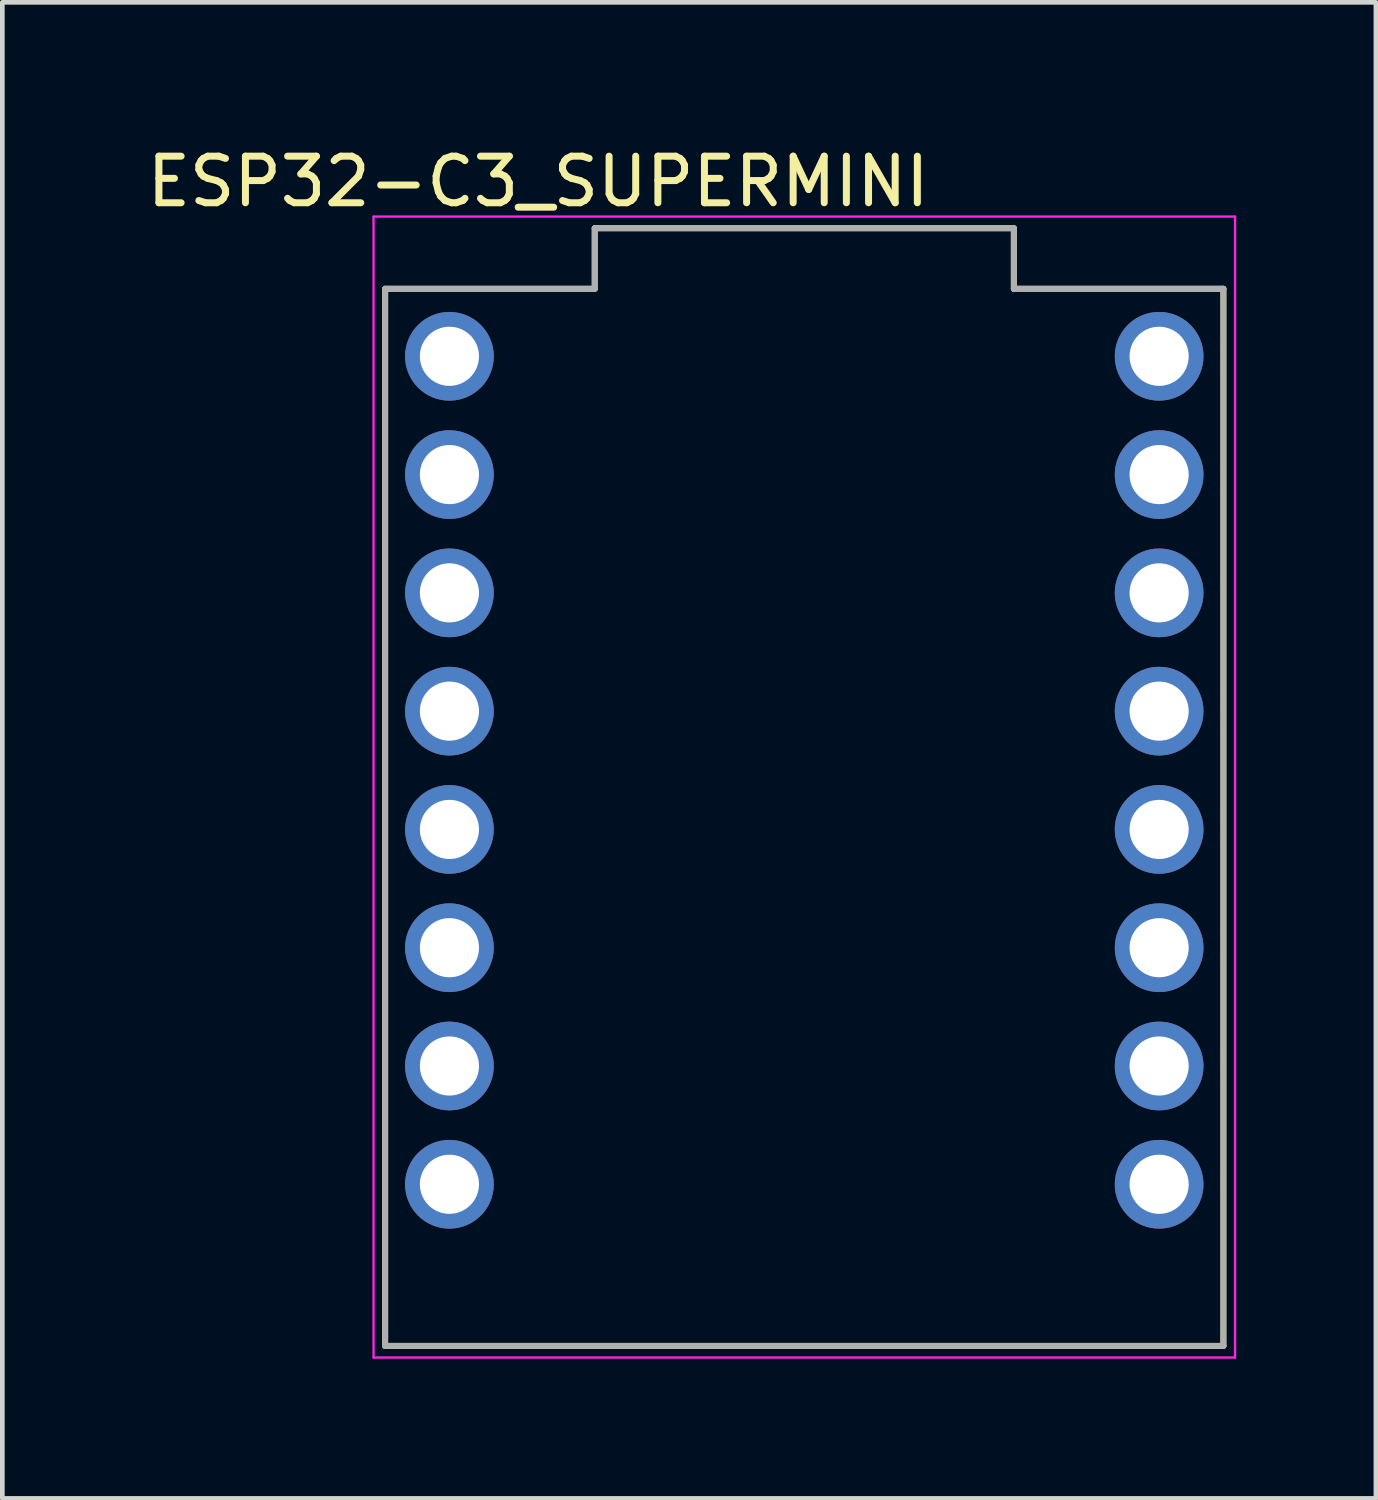
<source format=kicad_pcb>
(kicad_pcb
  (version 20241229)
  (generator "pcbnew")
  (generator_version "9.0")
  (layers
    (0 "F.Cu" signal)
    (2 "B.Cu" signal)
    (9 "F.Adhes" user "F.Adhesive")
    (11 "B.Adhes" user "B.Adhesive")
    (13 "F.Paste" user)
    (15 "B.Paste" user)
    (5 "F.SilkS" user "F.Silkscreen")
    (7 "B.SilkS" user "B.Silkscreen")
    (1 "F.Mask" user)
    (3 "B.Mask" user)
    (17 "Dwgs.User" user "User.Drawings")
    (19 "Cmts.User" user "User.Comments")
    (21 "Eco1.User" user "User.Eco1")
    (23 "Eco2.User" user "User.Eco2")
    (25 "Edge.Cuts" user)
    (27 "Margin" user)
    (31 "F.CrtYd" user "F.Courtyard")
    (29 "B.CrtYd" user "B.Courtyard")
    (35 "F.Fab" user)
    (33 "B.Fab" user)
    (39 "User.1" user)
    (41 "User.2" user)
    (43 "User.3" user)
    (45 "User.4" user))
  (footprint "ESP32-C3_SUPERMINI"
    (layer "F.Cu")
    (at 14.221 14.501)
    (property "Reference" "ESP32-C3_SUPERMINI" (at -5.715 -13.652 0) (layer "F.SilkS") (effects (font (size 1 1) (thickness 0.15))))
    (attr through_hole)
    (fp_line (start -9 11.35) (end -9 -11.35) (stroke (width 0.127) (type solid)) (layer "F.SilkS"))
    (fp_line (start -4.5 -12.65) (end -4.5 -11.35) (stroke (width 0.127) (type solid)) (layer "F.SilkS"))
    (fp_line (start -4.5 -11.35) (end -9 -11.35) (stroke (width 0.127) (type solid)) (layer "F.SilkS"))
    (fp_line (start 4.5 -12.65) (end -4.5 -12.65) (stroke (width 0.127) (type solid)) (layer "F.SilkS"))
    (fp_line (start 4.5 -12.65) (end 4.5 -11.35) (stroke (width 0.127) (type solid)) (layer "F.SilkS"))
    (fp_line (start 9 -11.35) (end 4.5 -11.35) (stroke (width 0.127) (type solid)) (layer "F.SilkS"))
    (fp_line (start 9 11.35) (end -9 11.35) (stroke (width 0.127) (type solid)) (layer "F.SilkS"))
    (fp_line (start 9 11.35) (end 9 -11.35) (stroke (width 0.127) (type solid)) (layer "F.SilkS"))
    (fp_line (start -9.25 -12.9) (end 9.25 -12.9) (stroke (width 0.05) (type solid)) (layer "F.CrtYd"))
    (fp_line (start -9.25 11.6) (end -9.25 -12.9) (stroke (width 0.05) (type solid)) (layer "F.CrtYd"))
    (fp_line (start 9.25 -12.9) (end 9.25 11.6) (stroke (width 0.05) (type solid)) (layer "F.CrtYd"))
    (fp_line (start 9.25 11.6) (end -9.25 11.6) (stroke (width 0.05) (type solid)) (layer "F.CrtYd"))
    (fp_line (start -9 11.35) (end -9 -11.35) (stroke (width 0.127) (type solid)) (layer "F.Fab"))
    (fp_line (start -4.5 -12.65) (end -4.5 -11.35) (stroke (width 0.127) (type solid)) (layer "F.Fab"))
    (fp_line (start -4.5 -11.35) (end -9 -11.35) (stroke (width 0.127) (type solid)) (layer "F.Fab"))
    (fp_line (start 4.5 -12.65) (end -4.5 -12.65) (stroke (width 0.127) (type solid)) (layer "F.Fab"))
    (fp_line (start 4.5 -12.65) (end 4.5 -11.35) (stroke (width 0.127) (type solid)) (layer "F.Fab"))
    (fp_line (start 9 -11.35) (end 4.5 -11.35) (stroke (width 0.127) (type solid)) (layer "F.Fab"))
    (fp_line (start 9 11.35) (end -9 11.35) (stroke (width 0.127) (type solid)) (layer "F.Fab"))
    (fp_line (start 9 11.35) (end 9 -11.35) (stroke (width 0.127) (type solid)) (layer "F.Fab"))
    (pad "1" thru_hole circle (at 7.62 -9.9) (size 1.905 1.905) (drill 1.27) (layers "*.Cu" "*.Mask"))
    (pad "2" thru_hole circle (at 7.62 -7.36) (size 1.905 1.905) (drill 1.27) (layers "*.Cu" "*.Mask"))
    (pad "3" thru_hole circle (at 7.62 -4.82) (size 1.905 1.905) (drill 1.27) (layers "*.Cu" "*.Mask"))
    (pad "4" thru_hole circle (at 7.62 -2.28) (size 1.905 1.905) (drill 1.27) (layers "*.Cu" "*.Mask"))
    (pad "5" thru_hole circle (at 7.62 0.26) (size 1.905 1.905) (drill 1.27) (layers "*.Cu" "*.Mask"))
    (pad "6" thru_hole circle (at 7.62 2.8) (size 1.905 1.905) (drill 1.27) (layers "*.Cu" "*.Mask"))
    (pad "7" thru_hole circle (at 7.62 5.34) (size 1.905 1.905) (drill 1.27) (layers "*.Cu" "*.Mask"))
    (pad "8" thru_hole circle (at 7.62 7.88) (size 1.905 1.905) (drill 1.27) (layers "*.Cu" "*.Mask"))
    (pad "9" thru_hole circle (at -7.62 7.88) (size 1.905 1.905) (drill 1.27) (layers "*.Cu" "*.Mask"))
    (pad "10" thru_hole circle (at -7.62 5.34) (size 1.905 1.905) (drill 1.27) (layers "*.Cu" "*.Mask"))
    (pad "11" thru_hole circle (at -7.62 2.8) (size 1.905 1.905) (drill 1.27) (layers "*.Cu" "*.Mask"))
    (pad "12" thru_hole circle (at -7.62 0.26) (size 1.905 1.905) (drill 1.27) (layers "*.Cu" "*.Mask"))
    (pad "13" thru_hole circle (at -7.62 -2.28) (size 1.905 1.905) (drill 1.27) (layers "*.Cu" "*.Mask"))
    (pad "14" thru_hole circle (at -7.62 -4.82) (size 1.905 1.905) (drill 1.27) (layers "*.Cu" "*.Mask"))
    (pad "15" thru_hole circle (at -7.62 -7.36) (size 1.905 1.905) (drill 1.27) (layers "*.Cu" "*.Mask"))
    (pad "16" thru_hole circle (at -7.62 -9.9) (size 1.905 1.905) (drill 1.27) (layers "*.Cu" "*.Mask")))
  (gr_rect
    (start -3 -3)
    (end 26.496 29.126)
    (stroke (width 0.1) (type default))
    (fill no)
    (layer "Edge.Cuts")))
</source>
